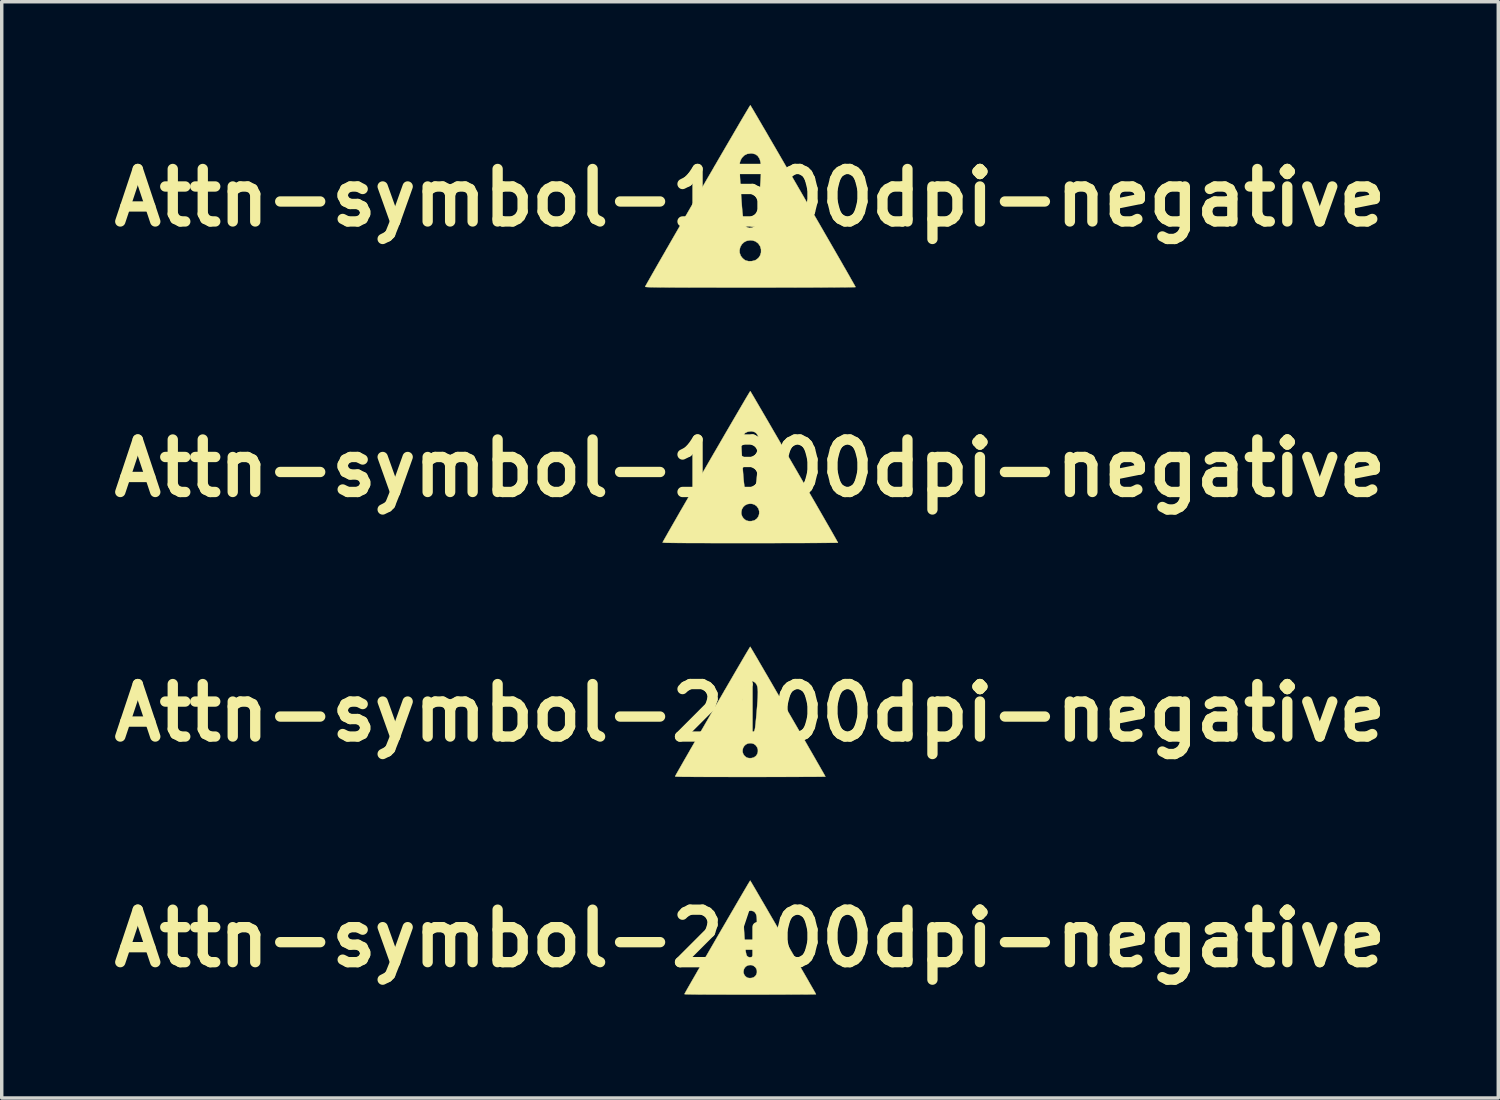
<source format=kicad_pcb>
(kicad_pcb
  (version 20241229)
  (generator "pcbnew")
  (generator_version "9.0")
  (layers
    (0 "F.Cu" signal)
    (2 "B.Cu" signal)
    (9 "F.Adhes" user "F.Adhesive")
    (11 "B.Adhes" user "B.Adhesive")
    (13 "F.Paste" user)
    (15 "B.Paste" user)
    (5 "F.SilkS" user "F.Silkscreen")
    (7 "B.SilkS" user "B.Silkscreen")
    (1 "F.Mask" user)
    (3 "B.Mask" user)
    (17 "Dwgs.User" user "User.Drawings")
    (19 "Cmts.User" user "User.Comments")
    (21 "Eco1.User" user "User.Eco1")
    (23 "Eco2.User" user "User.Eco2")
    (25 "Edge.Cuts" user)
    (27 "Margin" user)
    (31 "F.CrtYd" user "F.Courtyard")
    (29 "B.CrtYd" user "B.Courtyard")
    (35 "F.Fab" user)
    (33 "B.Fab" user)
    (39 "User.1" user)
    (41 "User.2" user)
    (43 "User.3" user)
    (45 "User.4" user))
  (footprint "Attn-symbol-2400dpi-negative"
    (layer "F.Cu")
    (at 18.731 24.202)
    (property "Reference" "Attn-symbol-2400dpi-negative" (at 0 0 0) (layer "F.SilkS") (effects (font (size 1.524 1.524) (thickness 0.3))))
    (attr through_hole)
    (fp_poly (pts (xy 0.011 -1.67) (xy 0.028 -1.643) (xy 0.053 -1.601) (xy 0.087 -1.543) (xy 0.129 -1.472) (xy 0.178 -1.388) (xy 0.234 -1.292) (xy 0.296 -1.185) (xy 0.363 -1.07) (xy 0.436 -0.946) (xy 0.512 -0.814) (xy 0.591 -0.677) (xy 0.674 -0.535) (xy 0.759 -0.389) (xy 0.845 -0.24) (xy 0.932 -0.09) (xy 1.019 0.061) (xy 1.106 0.211) (xy 1.191 0.359) (xy 1.275 0.504) (xy 1.357 0.646) (xy 1.436 0.782) (xy 1.51 0.912) (xy 1.581 1.034) (xy 1.647 1.148) (xy 1.707 1.253) (xy 1.76 1.347) (xy 1.807 1.428) (xy 1.847 1.497) (xy 1.878 1.552) (xy 1.9 1.592) (xy 1.913 1.615) (xy 1.916 1.621) (xy 1.905 1.622) (xy 1.875 1.623) (xy 1.825 1.624) (xy 1.757 1.625) (xy 1.673 1.626) (xy 1.573 1.626) (xy 1.457 1.627) (xy 1.328 1.627) (xy 1.186 1.628) (xy 1.033 1.629) (xy 0.869 1.629) (xy 0.695 1.629) (xy 0.513 1.63) (xy 0.323 1.63) (xy 0.127 1.63) (xy 0.005 1.63) (xy -0.235 1.63) (xy -0.454 1.63) (xy -0.654 1.63) (xy -0.835 1.629) (xy -0.999 1.629) (xy -1.145 1.629) (xy -1.276 1.629) (xy -1.391 1.628) (xy -1.492 1.628) (xy -1.58 1.627) (xy -1.655 1.626) (xy -1.718 1.625) (xy -1.77 1.625) (xy -1.812 1.623) (xy -1.846 1.622) (xy -1.87 1.621) (xy -1.887 1.619) (xy -1.898 1.618) (xy -1.903 1.616) (xy -1.903 1.615) (xy -1.897 1.603) (xy -1.881 1.574) (xy -1.856 1.529) (xy -1.823 1.47) (xy -1.781 1.396) (xy -1.732 1.311) (xy -1.676 1.213) (xy -1.614 1.106) (xy -1.547 0.989) (xy -1.521 0.944) (xy -0.189 0.944) (xy -0.188 0.999) (xy -0.169 1.052) (xy -0.145 1.087) (xy -0.118 1.113) (xy -0.089 1.134) (xy -0.08 1.139) (xy -0.027 1.152) (xy 0.032 1.151) (xy 0.088 1.137) (xy 0.107 1.129) (xy 0.153 1.094) (xy 0.184 1.047) (xy 0.2 0.994) (xy 0.2 0.937) (xy 0.184 0.883) (xy 0.152 0.834) (xy 0.142 0.824) (xy 0.098 0.792) (xy 0.048 0.776) (xy 0.002 0.773) (xy -0.057 0.782) (xy -0.108 0.807) (xy -0.148 0.845) (xy -0.175 0.892) (xy -0.189 0.944) (xy -1.521 0.944) (xy -1.475 0.864) (xy -1.399 0.732) (xy -1.32 0.594) (xy -1.237 0.451) (xy -1.153 0.305) (xy -1.067 0.157) (xy -0.98 0.006) (xy -0.893 -0.144) (xy -0.806 -0.294) (xy -0.72 -0.441) (xy -0.651 -0.56) (xy -0.19 -0.56) (xy -0.189 -0.515) (xy -0.187 -0.458) (xy -0.183 -0.388) (xy -0.178 -0.302) (xy -0.172 -0.2) (xy -0.164 -0.078) (xy -0.164 -0.074) (xy -0.155 0.053) (xy -0.147 0.161) (xy -0.139 0.251) (xy -0.132 0.325) (xy -0.124 0.384) (xy -0.115 0.43) (xy -0.107 0.466) (xy -0.097 0.491) (xy -0.089 0.507) (xy -0.056 0.536) (xy -0.014 0.549) (xy 0.034 0.544) (xy 0.047 0.54) (xy 0.078 0.517) (xy 0.104 0.476) (xy 0.123 0.417) (xy 0.125 0.404) (xy 0.129 0.379) (xy 0.134 0.337) (xy 0.14 0.278) (xy 0.148 0.208) (xy 0.155 0.128) (xy 0.163 0.041) (xy 0.17 -0.032) (xy 0.181 -0.167) (xy 0.19 -0.283) (xy 0.196 -0.382) (xy 0.199 -0.465) (xy 0.199 -0.534) (xy 0.197 -0.591) (xy 0.192 -0.637) (xy 0.184 -0.675) (xy 0.173 -0.705) (xy 0.169 -0.715) (xy 0.138 -0.761) (xy 0.097 -0.79) (xy 0.044 -0.803) (xy 0.015 -0.804) (xy -0.05 -0.795) (xy -0.104 -0.768) (xy -0.147 -0.724) (xy -0.161 -0.699) (xy -0.17 -0.682) (xy -0.177 -0.665) (xy -0.182 -0.646) (xy -0.186 -0.624) (xy -0.189 -0.596) (xy -0.19 -0.56) (xy -0.651 -0.56) (xy -0.636 -0.586) (xy -0.555 -0.726) (xy -0.476 -0.861) (xy -0.401 -0.99) (xy -0.331 -1.111) (xy -0.265 -1.223) (xy -0.205 -1.326) (xy -0.151 -1.418) (xy -0.104 -1.498) (xy -0.065 -1.565) (xy -0.033 -1.617) (xy -0.011 -1.654) (xy 0.002 -1.675) (xy 0.005 -1.679) (xy 0.011 -1.67)) (stroke (width 0.01) (type solid)) (fill yes) (layer "F.SilkS")))
  (footprint "Attn-symbol-1800dpi-negative"
    (layer "F.Cu")
    (at 18.731 10.548)
    (property "Reference" "Attn-symbol-1800dpi-negative" (at 0 0 0) (layer "F.SilkS") (effects (font (size 1.524 1.524) (thickness 0.3))))
    (attr through_hole)
    (fp_poly (pts (xy 0.015 -2.227) (xy 0.037 -2.191) (xy 0.071 -2.134) (xy 0.116 -2.058) (xy 0.172 -1.962) (xy 0.237 -1.85) (xy 0.312 -1.722) (xy 0.395 -1.58) (xy 0.485 -1.426) (xy 0.581 -1.261) (xy 0.682 -1.086) (xy 0.789 -0.903) (xy 0.899 -0.713) (xy 1.011 -0.519) (xy 1.126 -0.32) (xy 1.242 -0.12) (xy 1.359 0.081) (xy 1.474 0.281) (xy 1.589 0.479) (xy 1.7 0.672) (xy 1.809 0.861) (xy 1.914 1.042) (xy 2.014 1.216) (xy 2.108 1.379) (xy 2.195 1.531) (xy 2.275 1.67) (xy 2.347 1.795) (xy 2.41 1.905) (xy 2.462 1.997) (xy 2.503 2.07) (xy 2.533 2.123) (xy 2.55 2.154) (xy 2.554 2.162) (xy 2.54 2.163) (xy 2.5 2.164) (xy 2.433 2.165) (xy 2.343 2.166) (xy 2.231 2.167) (xy 2.097 2.168) (xy 1.943 2.169) (xy 1.771 2.17) (xy 1.582 2.171) (xy 1.377 2.171) (xy 1.159 2.172) (xy 0.927 2.172) (xy 0.684 2.173) (xy 0.431 2.173) (xy 0.17 2.173) (xy 0.006 2.173) (xy -0.313 2.173) (xy -0.606 2.173) (xy -0.872 2.173) (xy -1.114 2.173) (xy -1.332 2.172) (xy -1.527 2.172) (xy -1.701 2.171) (xy -1.855 2.171) (xy -1.99 2.17) (xy -2.107 2.169) (xy -2.206 2.168) (xy -2.291 2.167) (xy -2.36 2.166) (xy -2.417 2.165) (xy -2.461 2.163) (xy -2.494 2.161) (xy -2.516 2.159) (xy -2.531 2.157) (xy -2.537 2.155) (xy -2.538 2.153) (xy -2.53 2.138) (xy -2.509 2.099) (xy -2.475 2.039) (xy -2.43 1.96) (xy -2.375 1.862) (xy -2.309 1.747) (xy -2.235 1.618) (xy -2.152 1.474) (xy -2.063 1.318) (xy -2.029 1.259) (xy -0.252 1.259) (xy -0.251 1.332) (xy -0.226 1.402) (xy -0.194 1.449) (xy -0.157 1.484) (xy -0.118 1.512) (xy -0.106 1.518) (xy -0.036 1.536) (xy 0.042 1.535) (xy 0.117 1.517) (xy 0.142 1.505) (xy 0.204 1.458) (xy 0.245 1.396) (xy 0.266 1.325) (xy 0.267 1.25) (xy 0.246 1.177) (xy 0.202 1.112) (xy 0.189 1.098) (xy 0.13 1.056) (xy 0.064 1.035) (xy 0.002 1.03) (xy -0.077 1.042) (xy -0.144 1.076) (xy -0.197 1.126) (xy -0.234 1.189) (xy -0.252 1.259) (xy -2.029 1.259) (xy -1.967 1.152) (xy -1.865 0.976) (xy -1.759 0.792) (xy -1.65 0.602) (xy -1.537 0.407) (xy -1.422 0.209) (xy -1.306 0.009) (xy -1.19 -0.192) (xy -1.075 -0.391) (xy -0.96 -0.588) (xy -0.868 -0.746) (xy -0.253 -0.746) (xy -0.252 -0.686) (xy -0.249 -0.61) (xy -0.245 -0.517) (xy -0.238 -0.403) (xy -0.229 -0.266) (xy -0.219 -0.104) (xy -0.218 -0.099) (xy -0.207 0.071) (xy -0.196 0.214) (xy -0.186 0.334) (xy -0.175 0.433) (xy -0.165 0.512) (xy -0.154 0.574) (xy -0.142 0.621) (xy -0.13 0.655) (xy -0.118 0.676) (xy -0.075 0.715) (xy -0.018 0.732) (xy 0.045 0.726) (xy 0.063 0.72) (xy 0.104 0.689) (xy 0.139 0.634) (xy 0.164 0.557) (xy 0.167 0.539) (xy 0.172 0.506) (xy 0.179 0.449) (xy 0.187 0.371) (xy 0.197 0.277) (xy 0.207 0.171) (xy 0.218 0.055) (xy 0.227 -0.042) (xy 0.242 -0.223) (xy 0.253 -0.378) (xy 0.261 -0.509) (xy 0.265 -0.62) (xy 0.266 -0.712) (xy 0.263 -0.787) (xy 0.256 -0.849) (xy 0.245 -0.899) (xy 0.231 -0.94) (xy 0.225 -0.953) (xy 0.184 -1.014) (xy 0.129 -1.053) (xy 0.058 -1.071) (xy 0.02 -1.072) (xy -0.067 -1.06) (xy -0.139 -1.025) (xy -0.195 -0.965) (xy -0.215 -0.932) (xy -0.226 -0.909) (xy -0.236 -0.887) (xy -0.243 -0.862) (xy -0.248 -0.832) (xy -0.251 -0.794) (xy -0.253 -0.746) (xy -0.868 -0.746) (xy -0.848 -0.781) (xy -0.74 -0.968) (xy -0.635 -1.148) (xy -0.535 -1.32) (xy -0.441 -1.481) (xy -0.353 -1.631) (xy -0.273 -1.768) (xy -0.201 -1.891) (xy -0.139 -1.997) (xy -0.086 -2.086) (xy -0.044 -2.156) (xy -0.014 -2.206) (xy 0.003 -2.233) (xy 0.007 -2.239) (xy 0.015 -2.227)) (stroke (width 0.01) (type solid)) (fill yes) (layer "F.SilkS")))
  (footprint "Attn-symbol-2100dpi-negative"
    (layer "F.Cu")
    (at 18.731 17.65)
    (property "Reference" "Attn-symbol-2100dpi-negative" (at 0 0 0) (layer "F.SilkS") (effects (font (size 1.524 1.524) (thickness 0.3))))
    (attr through_hole)
    (fp_poly (pts (xy 0.013 -1.908) (xy 0.031 -1.878) (xy 0.06 -1.829) (xy 0.099 -1.764) (xy 0.147 -1.682) (xy 0.204 -1.586) (xy 0.267 -1.476) (xy 0.338 -1.355) (xy 0.415 -1.222) (xy 0.498 -1.081) (xy 0.585 -0.931) (xy 0.676 -0.774) (xy 0.77 -0.611) (xy 0.867 -0.445) (xy 0.965 -0.275) (xy 1.065 -0.103) (xy 1.164 0.069) (xy 1.264 0.241) (xy 1.362 0.41) (xy 1.458 0.576) (xy 1.551 0.738) (xy 1.641 0.893) (xy 1.726 1.042) (xy 1.807 1.182) (xy 1.882 1.312) (xy 1.95 1.432) (xy 2.012 1.539) (xy 2.065 1.633) (xy 2.11 1.711) (xy 2.146 1.774) (xy 2.171 1.819) (xy 2.186 1.846) (xy 2.189 1.853) (xy 2.177 1.854) (xy 2.142 1.855) (xy 2.086 1.856) (xy 2.009 1.857) (xy 1.912 1.858) (xy 1.797 1.859) (xy 1.665 1.859) (xy 1.518 1.86) (xy 1.356 1.861) (xy 1.181 1.861) (xy 0.993 1.862) (xy 0.795 1.862) (xy 0.586 1.862) (xy 0.37 1.863) (xy 0.146 1.863) (xy 0.005 1.863) (xy -0.269 1.863) (xy -0.519 1.863) (xy -0.748 1.862) (xy -0.955 1.862) (xy -1.142 1.862) (xy -1.309 1.862) (xy -1.458 1.861) (xy -1.59 1.861) (xy -1.706 1.86) (xy -1.806 1.859) (xy -1.891 1.859) (xy -1.963 1.858) (xy -2.023 1.857) (xy -2.071 1.855) (xy -2.109 1.854) (xy -2.137 1.853) (xy -2.157 1.851) (xy -2.169 1.849) (xy -2.174 1.847) (xy -2.175 1.846) (xy -2.168 1.832) (xy -2.15 1.799) (xy -2.122 1.748) (xy -2.083 1.68) (xy -2.035 1.596) (xy -1.979 1.498) (xy -1.916 1.387) (xy -1.845 1.264) (xy -1.768 1.13) (xy -1.739 1.079) (xy -0.216 1.079) (xy -0.215 1.141) (xy -0.194 1.202) (xy -0.166 1.242) (xy -0.134 1.272) (xy -0.101 1.296) (xy -0.091 1.302) (xy -0.031 1.316) (xy 0.036 1.316) (xy 0.101 1.3) (xy 0.122 1.29) (xy 0.175 1.25) (xy 0.21 1.197) (xy 0.228 1.136) (xy 0.229 1.071) (xy 0.21 1.009) (xy 0.173 0.953) (xy 0.162 0.941) (xy 0.112 0.905) (xy 0.055 0.887) (xy 0.002 0.883) (xy -0.066 0.893) (xy -0.123 0.922) (xy -0.169 0.966) (xy -0.2 1.019) (xy -0.216 1.079) (xy -1.739 1.079) (xy -1.686 0.987) (xy -1.599 0.836) (xy -1.508 0.679) (xy -1.414 0.516) (xy -1.317 0.349) (xy -1.219 0.179) (xy -1.12 0.007) (xy -1.02 -0.165) (xy -0.921 -0.335) (xy -0.823 -0.504) (xy -0.744 -0.64) (xy -0.217 -0.64) (xy -0.216 -0.588) (xy -0.214 -0.523) (xy -0.21 -0.443) (xy -0.204 -0.345) (xy -0.197 -0.228) (xy -0.188 -0.089) (xy -0.187 -0.085) (xy -0.177 0.06) (xy -0.168 0.184) (xy -0.159 0.287) (xy -0.15 0.371) (xy -0.141 0.439) (xy -0.132 0.492) (xy -0.122 0.532) (xy -0.111 0.562) (xy -0.101 0.579) (xy -0.064 0.612) (xy -0.016 0.627) (xy 0.039 0.622) (xy 0.054 0.617) (xy 0.09 0.591) (xy 0.119 0.544) (xy 0.14 0.477) (xy 0.143 0.462) (xy 0.148 0.434) (xy 0.153 0.385) (xy 0.161 0.318) (xy 0.169 0.238) (xy 0.178 0.146) (xy 0.187 0.047) (xy 0.194 -0.036) (xy 0.207 -0.191) (xy 0.217 -0.324) (xy 0.224 -0.436) (xy 0.227 -0.531) (xy 0.228 -0.61) (xy 0.225 -0.675) (xy 0.219 -0.728) (xy 0.21 -0.771) (xy 0.198 -0.806) (xy 0.193 -0.817) (xy 0.157 -0.869) (xy 0.111 -0.902) (xy 0.05 -0.918) (xy 0.017 -0.919) (xy -0.057 -0.909) (xy -0.119 -0.878) (xy -0.168 -0.827) (xy -0.184 -0.799) (xy -0.194 -0.78) (xy -0.202 -0.76) (xy -0.208 -0.739) (xy -0.213 -0.713) (xy -0.216 -0.681) (xy -0.217 -0.64) (xy -0.744 -0.64) (xy -0.727 -0.669) (xy -0.634 -0.83) (xy -0.544 -0.984) (xy -0.459 -1.131) (xy -0.378 -1.27) (xy -0.303 -1.398) (xy -0.234 -1.516) (xy -0.173 -1.621) (xy -0.119 -1.712) (xy -0.074 -1.788) (xy -0.038 -1.848) (xy -0.012 -1.891) (xy 0.003 -1.914) (xy 0.006 -1.919) (xy 0.013 -1.908)) (stroke (width 0.01) (type solid)) (fill yes) (layer "F.SilkS")))
  (footprint "Attn-symbol-1500dpi-negative"
    (layer "F.Cu")
    (at 18.731 2.692)
    (property "Reference" "Attn-symbol-1500dpi-negative" (at 0 0 0) (layer "F.SilkS") (effects (font (size 1.524 1.524) (thickness 0.3))))
    (attr through_hole)
    (fp_poly (pts (xy 0.018 -2.672) (xy 0.044 -2.629) (xy 0.085 -2.561) (xy 0.139 -2.469) (xy 0.206 -2.355) (xy 0.285 -2.22) (xy 0.374 -2.067) (xy 0.474 -1.897) (xy 0.581 -1.711) (xy 0.697 -1.513) (xy 0.819 -1.303) (xy 0.946 -1.083) (xy 1.078 -0.856) (xy 1.214 -0.622) (xy 1.352 -0.385) (xy 1.491 -0.144) (xy 1.63 0.097) (xy 1.769 0.337) (xy 1.906 0.574) (xy 2.041 0.807) (xy 2.171 1.033) (xy 2.297 1.251) (xy 2.417 1.459) (xy 2.53 1.655) (xy 2.635 1.837) (xy 2.731 2.005) (xy 2.817 2.154) (xy 2.892 2.286) (xy 2.954 2.396) (xy 3.004 2.484) (xy 3.04 2.547) (xy 3.06 2.584) (xy 3.065 2.594) (xy 3.048 2.596) (xy 2.999 2.597) (xy 2.92 2.598) (xy 2.812 2.6) (xy 2.677 2.601) (xy 2.516 2.602) (xy 2.332 2.603) (xy 2.125 2.604) (xy 1.898 2.605) (xy 1.653 2.606) (xy 1.39 2.606) (xy 1.112 2.607) (xy 0.821 2.607) (xy 0.518 2.608) (xy 0.204 2.608) (xy 0.007 2.608) (xy -0.376 2.608) (xy -0.727 2.608) (xy -1.047 2.607) (xy -1.337 2.607) (xy -1.598 2.607) (xy -1.833 2.606) (xy -2.042 2.606) (xy -2.226 2.605) (xy -2.388 2.604) (xy -2.528 2.603) (xy -2.648 2.602) (xy -2.749 2.601) (xy -2.832 2.599) (xy -2.9 2.598) (xy -2.953 2.596) (xy -2.992 2.594) (xy -3.02 2.591) (xy -3.037 2.589) (xy -3.044 2.586) (xy -3.045 2.584) (xy -3.036 2.565) (xy -3.01 2.519) (xy -2.97 2.447) (xy -2.916 2.352) (xy -2.849 2.234) (xy -2.771 2.097) (xy -2.682 1.941) (xy -2.583 1.769) (xy -2.475 1.582) (xy -2.434 1.511) (xy -0.303 1.511) (xy -0.301 1.598) (xy -0.271 1.683) (xy -0.232 1.738) (xy -0.188 1.781) (xy -0.142 1.815) (xy -0.127 1.822) (xy -0.044 1.843) (xy 0.05 1.842) (xy 0.141 1.82) (xy 0.171 1.806) (xy 0.244 1.75) (xy 0.294 1.676) (xy 0.32 1.59) (xy 0.32 1.5) (xy 0.295 1.412) (xy 0.243 1.334) (xy 0.226 1.318) (xy 0.157 1.267) (xy 0.077 1.242) (xy 0.003 1.236) (xy -0.092 1.251) (xy -0.172 1.291) (xy -0.236 1.352) (xy -0.281 1.427) (xy -0.303 1.511) (xy -2.434 1.511) (xy -2.36 1.382) (xy -2.239 1.171) (xy -2.111 0.95) (xy -1.98 0.722) (xy -1.844 0.488) (xy -1.707 0.25) (xy -1.568 0.01) (xy -1.428 -0.23) (xy -1.29 -0.47) (xy -1.152 -0.706) (xy -1.042 -0.896) (xy -0.303 -0.896) (xy -0.302 -0.823) (xy -0.299 -0.732) (xy -0.293 -0.62) (xy -0.285 -0.484) (xy -0.275 -0.319) (xy -0.263 -0.125) (xy -0.262 -0.119) (xy -0.248 0.085) (xy -0.235 0.257) (xy -0.223 0.401) (xy -0.21 0.519) (xy -0.198 0.614) (xy -0.185 0.689) (xy -0.171 0.745) (xy -0.156 0.786) (xy -0.142 0.811) (xy -0.09 0.857) (xy -0.022 0.878) (xy 0.055 0.871) (xy 0.075 0.864) (xy 0.125 0.827) (xy 0.166 0.761) (xy 0.196 0.668) (xy 0.201 0.646) (xy 0.207 0.607) (xy 0.215 0.539) (xy 0.225 0.446) (xy 0.236 0.333) (xy 0.249 0.205) (xy 0.261 0.066) (xy 0.272 -0.051) (xy 0.29 -0.267) (xy 0.304 -0.453) (xy 0.313 -0.611) (xy 0.318 -0.744) (xy 0.319 -0.854) (xy 0.315 -0.945) (xy 0.307 -1.019) (xy 0.294 -1.079) (xy 0.277 -1.129) (xy 0.27 -1.144) (xy 0.22 -1.217) (xy 0.155 -1.263) (xy 0.07 -1.285) (xy 0.024 -1.287) (xy -0.08 -1.273) (xy -0.166 -1.23) (xy -0.235 -1.158) (xy -0.258 -1.119) (xy -0.272 -1.091) (xy -0.283 -1.064) (xy -0.292 -1.034) (xy -0.298 -0.998) (xy -0.302 -0.953) (xy -0.303 -0.896) (xy -1.042 -0.896) (xy -1.018 -0.937) (xy -0.888 -1.162) (xy -0.762 -1.378) (xy -0.642 -1.584) (xy -0.529 -1.777) (xy -0.424 -1.957) (xy -0.328 -2.122) (xy -0.242 -2.269) (xy -0.166 -2.397) (xy -0.103 -2.503) (xy -0.053 -2.587) (xy -0.017 -2.647) (xy 0.004 -2.68) (xy 0.008 -2.687) (xy 0.018 -2.672)) (stroke (width 0.01) (type solid)) (fill yes) (layer "F.SilkS")))
  (gr_rect
    (start -3 -3)
    (end 40.461 28.837)
    (stroke (width 0.1) (type default))
    (fill no)
    (layer "Edge.Cuts")))
</source>
